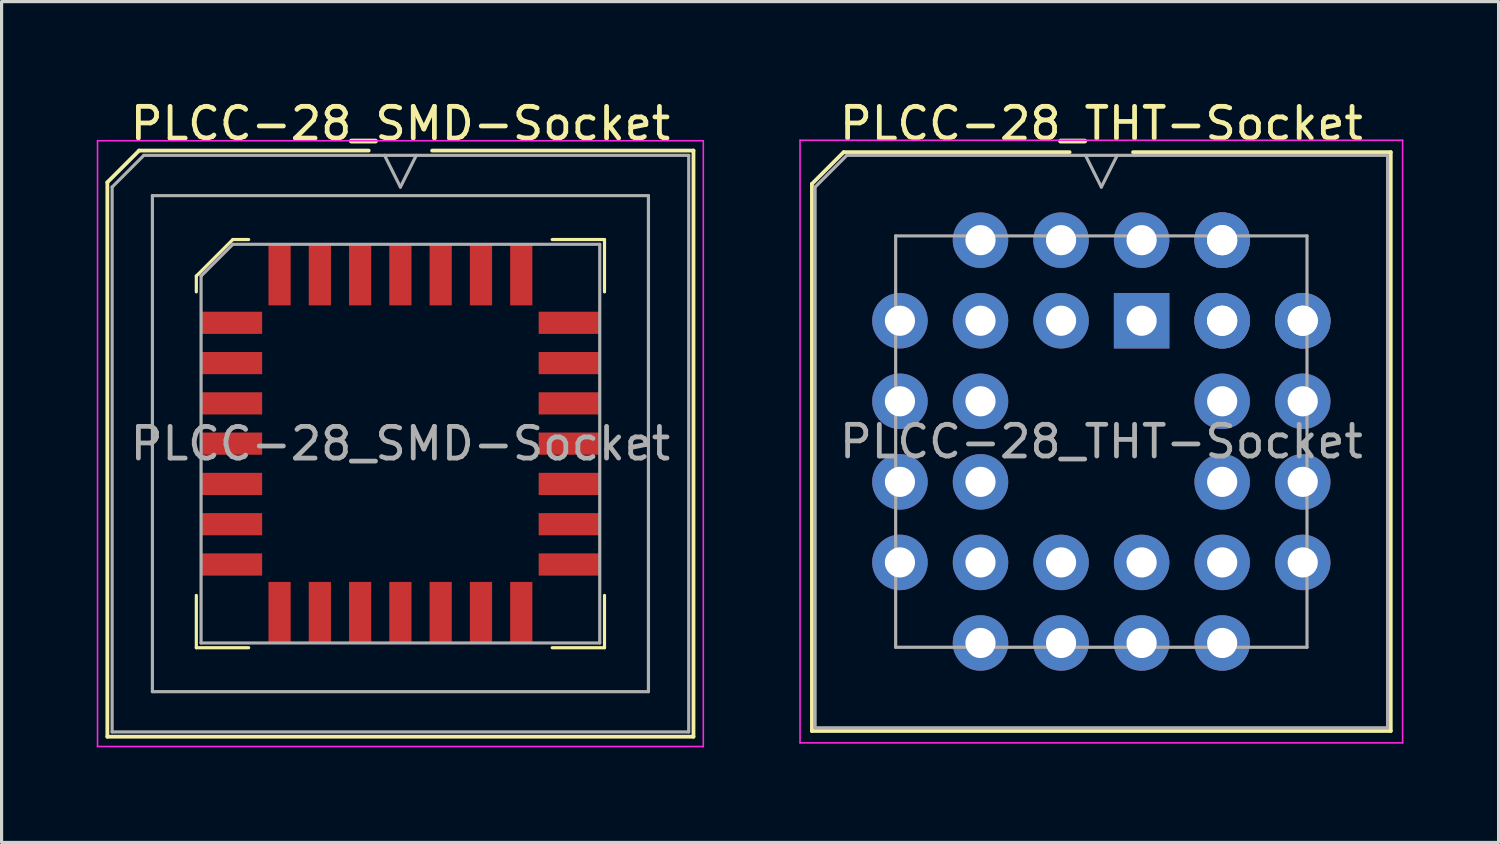
<source format=kicad_pcb>
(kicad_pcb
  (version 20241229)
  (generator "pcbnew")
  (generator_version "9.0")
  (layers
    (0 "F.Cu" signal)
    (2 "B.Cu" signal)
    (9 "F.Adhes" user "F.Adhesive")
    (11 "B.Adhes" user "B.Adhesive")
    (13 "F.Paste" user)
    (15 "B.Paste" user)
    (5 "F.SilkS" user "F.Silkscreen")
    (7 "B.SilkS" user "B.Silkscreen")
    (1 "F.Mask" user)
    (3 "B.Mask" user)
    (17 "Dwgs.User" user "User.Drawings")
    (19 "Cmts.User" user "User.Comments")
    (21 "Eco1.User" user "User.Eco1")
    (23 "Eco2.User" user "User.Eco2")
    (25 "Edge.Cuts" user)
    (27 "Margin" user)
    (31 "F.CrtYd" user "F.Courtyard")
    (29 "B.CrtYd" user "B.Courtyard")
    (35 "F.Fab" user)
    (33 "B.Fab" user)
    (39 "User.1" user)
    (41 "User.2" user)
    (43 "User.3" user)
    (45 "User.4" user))
  (footprint "PLCC-28_SMD-Socket"
    (layer "F.Cu")
    (at 9.575 10.938)
    (property "Reference" "PLCC-28_SMD-Socket" (at 0 -10.09 0) (layer "F.SilkS") (effects (font (size 1 1) (thickness 0.15))))
    (attr smd)
    (fp_line (start -9.24 -8.24) (end -9.24 9.24) (stroke (width 0.12) (type solid)) (layer "F.SilkS"))
    (fp_line (start -9.24 9.24) (end 9.24 9.24) (stroke (width 0.12) (type solid)) (layer "F.SilkS"))
    (fp_line (start -8.24 -9.24) (end -9.24 -8.24) (stroke (width 0.12) (type solid)) (layer "F.SilkS"))
    (fp_line (start -6.435 -5.285) (end -6.435 -4.785) (stroke (width 0.1) (type solid)) (layer "F.SilkS"))
    (fp_line (start -6.435 6.435) (end -6.435 4.785) (stroke (width 0.1) (type solid)) (layer "F.SilkS"))
    (fp_line (start -5.285 -6.435) (end -6.435 -5.285) (stroke (width 0.1) (type solid)) (layer "F.SilkS"))
    (fp_line (start -4.785 -6.435) (end -5.285 -6.435) (stroke (width 0.1) (type solid)) (layer "F.SilkS"))
    (fp_line (start -4.785 6.435) (end -6.435 6.435) (stroke (width 0.1) (type solid)) (layer "F.SilkS"))
    (fp_line (start -1 -9.24) (end -8.24 -9.24) (stroke (width 0.12) (type solid)) (layer "F.SilkS"))
    (fp_line (start 4.785 -6.435) (end 6.435 -6.435) (stroke (width 0.1) (type solid)) (layer "F.SilkS"))
    (fp_line (start 4.785 6.435) (end 6.435 6.435) (stroke (width 0.1) (type solid)) (layer "F.SilkS"))
    (fp_line (start 6.435 -6.435) (end 6.435 -4.785) (stroke (width 0.1) (type solid)) (layer "F.SilkS"))
    (fp_line (start 6.435 6.435) (end 6.435 4.785) (stroke (width 0.1) (type solid)) (layer "F.SilkS"))
    (fp_line (start 9.24 -9.24) (end 1 -9.24) (stroke (width 0.12) (type solid)) (layer "F.SilkS"))
    (fp_line (start 9.24 9.24) (end 9.24 -9.24) (stroke (width 0.12) (type solid)) (layer "F.SilkS"))
    (fp_line (start -9.55 -9.55) (end -9.55 9.55) (stroke (width 0.05) (type solid)) (layer "F.CrtYd"))
    (fp_line (start -9.55 9.55) (end 9.55 9.55) (stroke (width 0.05) (type solid)) (layer "F.CrtYd"))
    (fp_line (start 9.55 -9.55) (end -9.55 -9.55) (stroke (width 0.05) (type solid)) (layer "F.CrtYd"))
    (fp_line (start 9.55 9.55) (end 9.55 -9.55) (stroke (width 0.05) (type solid)) (layer "F.CrtYd"))
    (fp_line (start -9.09 -8.09) (end -9.09 9.09) (stroke (width 0.1) (type solid)) (layer "F.Fab"))
    (fp_line (start -9.09 9.09) (end 9.09 9.09) (stroke (width 0.1) (type solid)) (layer "F.Fab"))
    (fp_line (start -8.09 -9.09) (end -9.09 -8.09) (stroke (width 0.1) (type solid)) (layer "F.Fab"))
    (fp_line (start -7.82 -7.82) (end -7.82 7.82) (stroke (width 0.1) (type solid)) (layer "F.Fab"))
    (fp_line (start -7.82 7.82) (end 7.82 7.82) (stroke (width 0.1) (type solid)) (layer "F.Fab"))
    (fp_line (start -6.285 -5.285) (end -6.285 6.285) (stroke (width 0.1) (type solid)) (layer "F.Fab"))
    (fp_line (start -6.285 6.285) (end 6.285 6.285) (stroke (width 0.1) (type solid)) (layer "F.Fab"))
    (fp_line (start -5.285 -6.285) (end -6.285 -5.285) (stroke (width 0.1) (type solid)) (layer "F.Fab"))
    (fp_line (start -0.5 -9.09) (end 0 -8.09) (stroke (width 0.1) (type solid)) (layer "F.Fab"))
    (fp_line (start 0 -8.09) (end 0.5 -9.09) (stroke (width 0.1) (type solid)) (layer "F.Fab"))
    (fp_line (start 6.285 -6.285) (end -5.285 -6.285) (stroke (width 0.1) (type solid)) (layer "F.Fab"))
    (fp_line (start 6.285 6.285) (end 6.285 -6.285) (stroke (width 0.1) (type solid)) (layer "F.Fab"))
    (fp_line (start 7.82 -7.82) (end -7.82 -7.82) (stroke (width 0.1) (type solid)) (layer "F.Fab"))
    (fp_line (start 7.82 7.82) (end 7.82 -7.82) (stroke (width 0.1) (type solid)) (layer "F.Fab"))
    (fp_line (start 9.09 -9.09) (end -8.09 -9.09) (stroke (width 0.1) (type solid)) (layer "F.Fab"))
    (fp_line (start 9.09 9.09) (end 9.09 -9.09) (stroke (width 0.1) (type solid)) (layer "F.Fab"))
    (fp_text user "${REFERENCE}" (at 0 0 0) (layer "F.Fab") (effects (font (size 1 1) (thickness 0.15))))
    (pad "1" smd rect (at 0 -5.322) (size 0.7 1.925) (layers "F.Cu" "F.Mask" "F.Paste"))
    (pad "2" smd rect (at -1.27 -5.322) (size 0.7 1.925) (layers "F.Cu" "F.Mask" "F.Paste"))
    (pad "3" smd rect (at -2.54 -5.322) (size 0.7 1.925) (layers "F.Cu" "F.Mask" "F.Paste"))
    (pad "4" smd rect (at -3.81 -5.322) (size 0.7 1.925) (layers "F.Cu" "F.Mask" "F.Paste"))
    (pad "5" smd rect (at -5.322 -3.81) (size 1.925 0.7) (layers "F.Cu" "F.Mask" "F.Paste"))
    (pad "6" smd rect (at -5.322 -2.54) (size 1.925 0.7) (layers "F.Cu" "F.Mask" "F.Paste"))
    (pad "7" smd rect (at -5.322 -1.27) (size 1.925 0.7) (layers "F.Cu" "F.Mask" "F.Paste"))
    (pad "8" smd rect (at -5.322 0) (size 1.925 0.7) (layers "F.Cu" "F.Mask" "F.Paste"))
    (pad "9" smd rect (at -5.322 1.27) (size 1.925 0.7) (layers "F.Cu" "F.Mask" "F.Paste"))
    (pad "10" smd rect (at -5.322 2.54) (size 1.925 0.7) (layers "F.Cu" "F.Mask" "F.Paste"))
    (pad "11" smd rect (at -5.322 3.81) (size 1.925 0.7) (layers "F.Cu" "F.Mask" "F.Paste"))
    (pad "12" smd rect (at -3.81 5.322) (size 0.7 1.925) (layers "F.Cu" "F.Mask" "F.Paste"))
    (pad "13" smd rect (at -2.54 5.322) (size 0.7 1.925) (layers "F.Cu" "F.Mask" "F.Paste"))
    (pad "14" smd rect (at -1.27 5.322) (size 0.7 1.925) (layers "F.Cu" "F.Mask" "F.Paste"))
    (pad "15" smd rect (at 0 5.322) (size 0.7 1.925) (layers "F.Cu" "F.Mask" "F.Paste"))
    (pad "16" smd rect (at 1.27 5.322) (size 0.7 1.925) (layers "F.Cu" "F.Mask" "F.Paste"))
    (pad "17" smd rect (at 2.54 5.322) (size 0.7 1.925) (layers "F.Cu" "F.Mask" "F.Paste"))
    (pad "18" smd rect (at 3.81 5.322) (size 0.7 1.925) (layers "F.Cu" "F.Mask" "F.Paste"))
    (pad "19" smd rect (at 5.322 3.81) (size 1.925 0.7) (layers "F.Cu" "F.Mask" "F.Paste"))
    (pad "20" smd rect (at 5.322 2.54) (size 1.925 0.7) (layers "F.Cu" "F.Mask" "F.Paste"))
    (pad "21" smd rect (at 5.322 1.27) (size 1.925 0.7) (layers "F.Cu" "F.Mask" "F.Paste"))
    (pad "22" smd rect (at 5.322 0) (size 1.925 0.7) (layers "F.Cu" "F.Mask" "F.Paste"))
    (pad "23" smd rect (at 5.322 -1.27) (size 1.925 0.7) (layers "F.Cu" "F.Mask" "F.Paste"))
    (pad "24" smd rect (at 5.322 -2.54) (size 1.925 0.7) (layers "F.Cu" "F.Mask" "F.Paste"))
    (pad "25" smd rect (at 5.322 -3.81) (size 1.925 0.7) (layers "F.Cu" "F.Mask" "F.Paste"))
    (pad "26" smd rect (at 3.81 -5.322) (size 0.7 1.925) (layers "F.Cu" "F.Mask" "F.Paste"))
    (pad "27" smd rect (at 2.54 -5.322) (size 0.7 1.925) (layers "F.Cu" "F.Mask" "F.Paste"))
    (pad "28" smd rect (at 1.27 -5.322) (size 0.7 1.925) (layers "F.Cu" "F.Mask" "F.Paste")))
  (footprint "PLCC-28_THT-Socket"
    (layer "F.Cu")
    (at 32.945 7.063)
    (property "Reference" "PLCC-28_THT-Socket" (at -1.27 -6.215 0) (layer "F.SilkS") (effects (font (size 1 1) (thickness 0.15))))
    (attr through_hole)
    (fp_line (start -10.395 -4.315) (end -10.395 12.935) (stroke (width 0.12) (type solid)) (layer "F.SilkS"))
    (fp_line (start -10.395 12.935) (end 7.855 12.935) (stroke (width 0.12) (type solid)) (layer "F.SilkS"))
    (fp_line (start -9.395 -5.315) (end -10.395 -4.315) (stroke (width 0.12) (type solid)) (layer "F.SilkS"))
    (fp_line (start -2.27 -5.315) (end -9.395 -5.315) (stroke (width 0.12) (type solid)) (layer "F.SilkS"))
    (fp_line (start 7.855 -5.315) (end -0.27 -5.315) (stroke (width 0.12) (type solid)) (layer "F.SilkS"))
    (fp_line (start 7.855 12.935) (end 7.855 -5.315) (stroke (width 0.12) (type solid)) (layer "F.SilkS"))
    (fp_line (start -10.77 -5.69) (end -10.77 13.31) (stroke (width 0.05) (type solid)) (layer "F.CrtYd"))
    (fp_line (start -10.77 13.31) (end 8.23 13.31) (stroke (width 0.05) (type solid)) (layer "F.CrtYd"))
    (fp_line (start 8.23 -5.69) (end -10.77 -5.69) (stroke (width 0.05) (type solid)) (layer "F.CrtYd"))
    (fp_line (start 8.23 13.31) (end 8.23 -5.69) (stroke (width 0.05) (type solid)) (layer "F.CrtYd"))
    (fp_line (start -10.295 -4.215) (end -10.295 12.835) (stroke (width 0.1) (type solid)) (layer "F.Fab"))
    (fp_line (start -10.295 12.835) (end 7.755 12.835) (stroke (width 0.1) (type solid)) (layer "F.Fab"))
    (fp_line (start -9.295 -5.215) (end -10.295 -4.215) (stroke (width 0.1) (type solid)) (layer "F.Fab"))
    (fp_line (start -7.755 -2.675) (end -7.755 10.295) (stroke (width 0.1) (type solid)) (layer "F.Fab"))
    (fp_line (start -7.755 10.295) (end 5.215 10.295) (stroke (width 0.1) (type solid)) (layer "F.Fab"))
    (fp_line (start -1.77 -5.215) (end -1.27 -4.215) (stroke (width 0.1) (type solid)) (layer "F.Fab"))
    (fp_line (start -1.27 -4.215) (end -0.77 -5.215) (stroke (width 0.1) (type solid)) (layer "F.Fab"))
    (fp_line (start 5.215 -2.675) (end -7.755 -2.675) (stroke (width 0.1) (type solid)) (layer "F.Fab"))
    (fp_line (start 5.215 10.295) (end 5.215 -2.675) (stroke (width 0.1) (type solid)) (layer "F.Fab"))
    (fp_line (start 7.755 -5.215) (end -9.295 -5.215) (stroke (width 0.1) (type solid)) (layer "F.Fab"))
    (fp_line (start 7.755 12.835) (end 7.755 -5.215) (stroke (width 0.1) (type solid)) (layer "F.Fab"))
    (fp_text user "${REFERENCE}" (at -1.27 3.81 0) (layer "F.Fab") (effects (font (size 1 1) (thickness 0.15))))
    (pad "1" thru_hole rect (at 0 0) (size 1.75 1.75) (drill 0.95) (layers "*.Cu" "*.Mask"))
    (pad "2" thru_hole circle (at -2.54 -2.54) (size 1.75 1.75) (drill 0.95) (layers "*.Cu" "*.Mask"))
    (pad "3" thru_hole circle (at -2.54 0) (size 1.75 1.75) (drill 0.95) (layers "*.Cu" "*.Mask"))
    (pad "4" thru_hole circle (at -5.08 -2.54) (size 1.75 1.75) (drill 0.95) (layers "*.Cu" "*.Mask"))
    (pad "5" thru_hole circle (at -7.62 0) (size 1.75 1.75) (drill 0.95) (layers "*.Cu" "*.Mask"))
    (pad "6" thru_hole circle (at -5.08 0) (size 1.75 1.75) (drill 0.95) (layers "*.Cu" "*.Mask"))
    (pad "7" thru_hole circle (at -7.62 2.54) (size 1.75 1.75) (drill 0.95) (layers "*.Cu" "*.Mask"))
    (pad "8" thru_hole circle (at -5.08 2.54) (size 1.75 1.75) (drill 0.95) (layers "*.Cu" "*.Mask"))
    (pad "9" thru_hole circle (at -7.62 5.08) (size 1.75 1.75) (drill 0.95) (layers "*.Cu" "*.Mask"))
    (pad "10" thru_hole circle (at -5.08 5.08) (size 1.75 1.75) (drill 0.95) (layers "*.Cu" "*.Mask"))
    (pad "11" thru_hole circle (at -7.62 7.62) (size 1.75 1.75) (drill 0.95) (layers "*.Cu" "*.Mask"))
    (pad "12" thru_hole circle (at -5.08 10.16) (size 1.75 1.75) (drill 0.95) (layers "*.Cu" "*.Mask"))
    (pad "13" thru_hole circle (at -5.08 7.62) (size 1.75 1.75) (drill 0.95) (layers "*.Cu" "*.Mask"))
    (pad "14" thru_hole circle (at -2.54 10.16) (size 1.75 1.75) (drill 0.95) (layers "*.Cu" "*.Mask"))
    (pad "15" thru_hole circle (at -2.54 7.62) (size 1.75 1.75) (drill 0.95) (layers "*.Cu" "*.Mask"))
    (pad "16" thru_hole circle (at 0 10.16) (size 1.75 1.75) (drill 0.95) (layers "*.Cu" "*.Mask"))
    (pad "17" thru_hole circle (at 0 7.62) (size 1.75 1.75) (drill 0.95) (layers "*.Cu" "*.Mask"))
    (pad "18" thru_hole circle (at 2.54 10.16) (size 1.75 1.75) (drill 0.95) (layers "*.Cu" "*.Mask"))
    (pad "19" thru_hole circle (at 2.54 7.62) (size 1.75 1.75) (drill 0.95) (layers "*.Cu" "*.Mask"))
    (pad "19" thru_hole circle (at 5.08 7.62) (size 1.75 1.75) (drill 0.95) (layers "*.Cu" "*.Mask"))
    (pad "20" thru_hole circle (at 2.54 5.08) (size 1.75 1.75) (drill 0.95) (layers "*.Cu" "*.Mask"))
    (pad "21" thru_hole circle (at 5.08 5.08) (size 1.75 1.75) (drill 0.95) (layers "*.Cu" "*.Mask"))
    (pad "22" thru_hole circle (at 2.54 2.54) (size 1.75 1.75) (drill 0.95) (layers "*.Cu" "*.Mask"))
    (pad "23" thru_hole circle (at 5.08 2.54) (size 1.75 1.75) (drill 0.95) (layers "*.Cu" "*.Mask"))
    (pad "24" thru_hole circle (at 2.54 0) (size 1.75 1.75) (drill 0.95) (layers "*.Cu" "*.Mask"))
    (pad "25" thru_hole circle (at 5.08 0) (size 1.75 1.75) (drill 0.95) (layers "*.Cu" "*.Mask"))
    (pad "25" thru_hole circle (at 5.08 0) (size 1.75 1.75) (drill 0.95) (layers "*.Cu" "*.Mask"))
    (pad "26" thru_hole circle (at 2.54 -2.54) (size 1.75 1.75) (drill 0.95) (layers "*.Cu" "*.Mask"))
    (pad "26" thru_hole circle (at 2.54 -2.54) (size 1.75 1.75) (drill 0.95) (layers "*.Cu" "*.Mask"))
    (pad "27" thru_hole circle (at 2.54 0) (size 1.75 1.75) (drill 0.95) (layers "*.Cu" "*.Mask"))
    (pad "28" thru_hole circle (at 0 -2.54) (size 1.75 1.75) (drill 0.95) (layers "*.Cu" "*.Mask")))
  (gr_rect
    (start -3 -3)
    (end 44.2 23.513)
    (stroke (width 0.1) (type default))
    (fill no)
    (layer "Edge.Cuts")))
</source>
